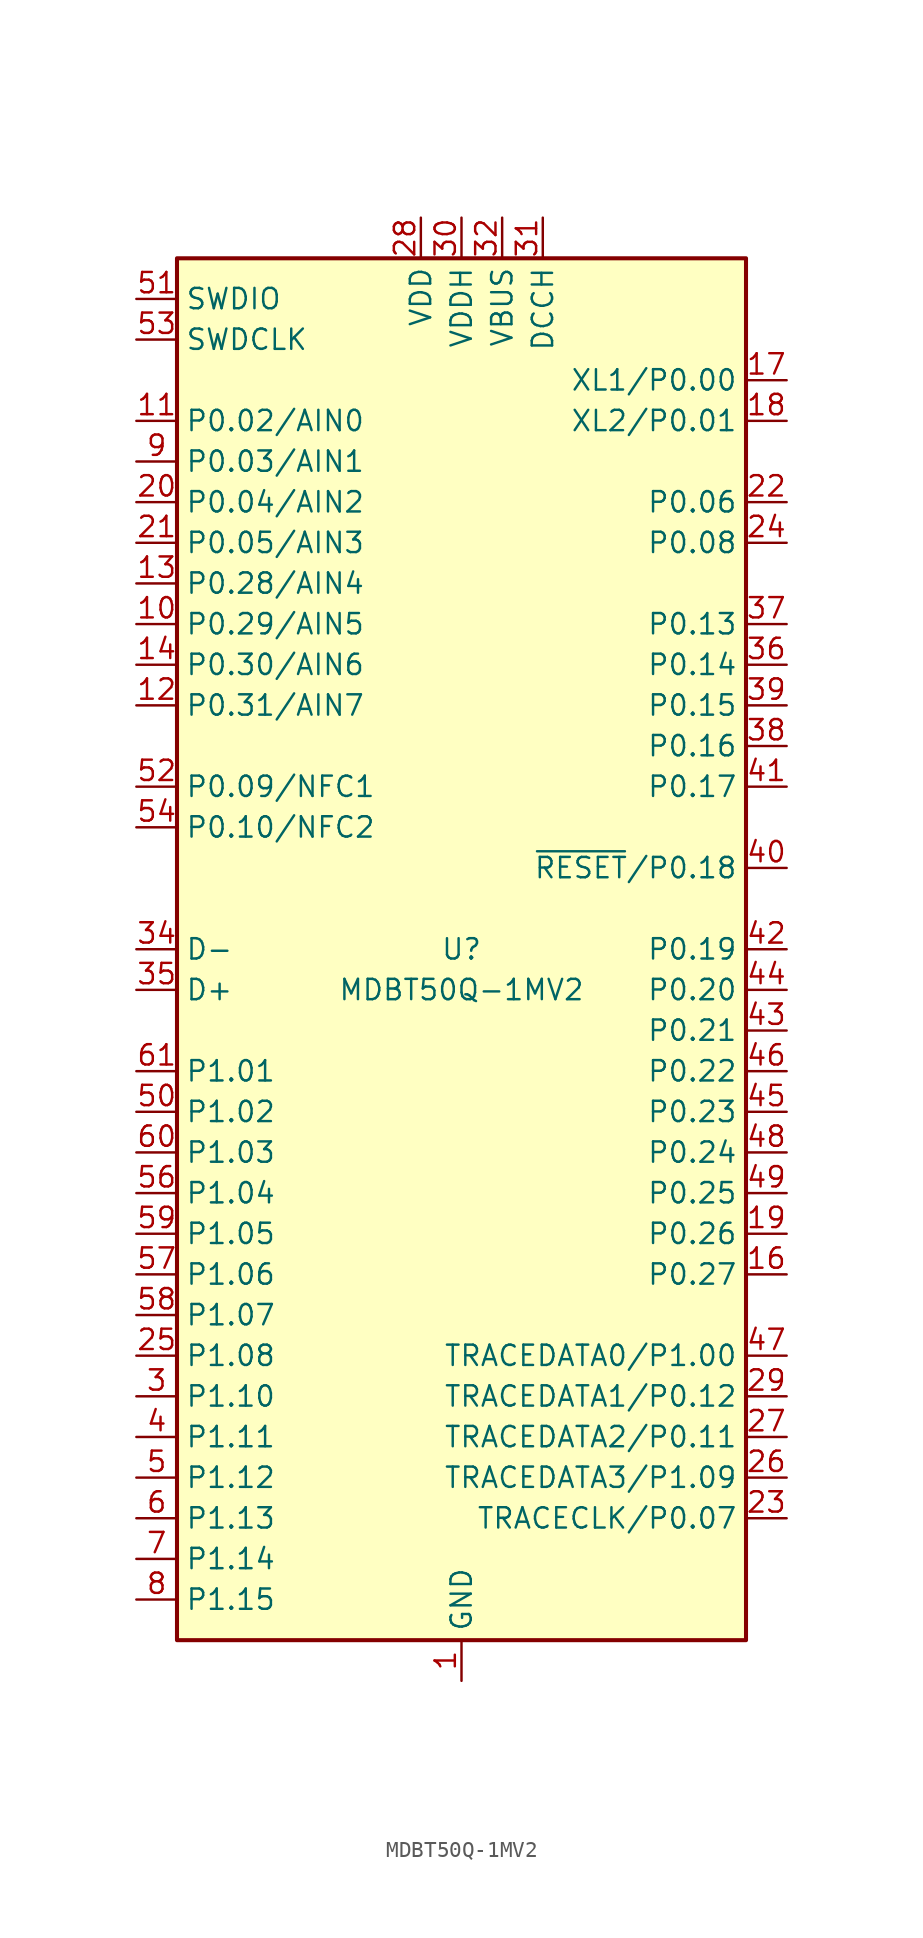
<source format=kicad_sym>
(kicad_symbol_lib
  (version 20201005)
  (generator kicad_symbol_editor)
  (symbol "RF_Module:MDBT50Q-1MV2"
    (property "Reference" "U"
      (at 0 0 0)
      (effects (font (size 1.27 1.27))))
    (property "Value" "MDBT50Q-1MV2"
      (at 0 -2.54 0)
      (effects (font (size 1.27 1.27))))
    (symbol "MDBT50Q-1MV2_0_1"
      (rectangle (start -17.78 43.18) (end 17.78 -43.18) (stroke (width 0.254)) (fill (type background))))
    (symbol "MDBT50Q-1MV2_1_1"
      (pin power_in line (at 0 -45.72 90) (length 2.54) (name "GND" (effects (font (size 1.27 1.27)))) (number "1" (effects (font (size 1.27 1.27)))))
      (pin bidirectional line (at -20.32 20.32 0) (length 2.54) (name "P0.29/AIN5" (effects (font (size 1.27 1.27)))) (number "10" (effects (font (size 1.27 1.27)))))
      (pin bidirectional line (at -20.32 33.02 0) (length 2.54) (name "P0.02/AIN0" (effects (font (size 1.27 1.27)))) (number "11" (effects (font (size 1.27 1.27)))))
      (pin bidirectional line (at -20.32 15.24 0) (length 2.54) (name "P0.31/AIN7" (effects (font (size 1.27 1.27)))) (number "12" (effects (font (size 1.27 1.27)))))
      (pin bidirectional line (at -20.32 22.86 0) (length 2.54) (name "P0.28/AIN4" (effects (font (size 1.27 1.27)))) (number "13" (effects (font (size 1.27 1.27)))))
      (pin bidirectional line (at -20.32 17.78 0) (length 2.54) (name "P0.30/AIN6" (effects (font (size 1.27 1.27)))) (number "14" (effects (font (size 1.27 1.27)))))
      (pin passive line (at 0 -45.72 90) (length 2.54) hide (name "GND" (effects (font (size 1.27 1.27)))) (number "15" (effects (font (size 1.27 1.27)))))
      (pin bidirectional line (at 20.32 -20.32 180) (length 2.54) (name "P0.27" (effects (font (size 1.27 1.27)))) (number "16" (effects (font (size 1.27 1.27)))))
      (pin bidirectional line (at 20.32 35.56 180) (length 2.54) (name "XL1/P0.00" (effects (font (size 1.27 1.27)))) (number "17" (effects (font (size 1.27 1.27)))))
      (pin bidirectional line (at 20.32 33.02 180) (length 2.54) (name "XL2/P0.01" (effects (font (size 1.27 1.27)))) (number "18" (effects (font (size 1.27 1.27)))))
      (pin bidirectional line (at 20.32 -17.78 180) (length 2.54) (name "P0.26" (effects (font (size 1.27 1.27)))) (number "19" (effects (font (size 1.27 1.27)))))
      (pin passive line (at 0 -45.72 90) (length 2.54) hide (name "GND" (effects (font (size 1.27 1.27)))) (number "2" (effects (font (size 1.27 1.27)))))
      (pin bidirectional line (at -20.32 27.94 0) (length 2.54) (name "P0.04/AIN2" (effects (font (size 1.27 1.27)))) (number "20" (effects (font (size 1.27 1.27)))))
      (pin bidirectional line (at -20.32 25.4 0) (length 2.54) (name "P0.05/AIN3" (effects (font (size 1.27 1.27)))) (number "21" (effects (font (size 1.27 1.27)))))
      (pin bidirectional line (at 20.32 27.94 180) (length 2.54) (name "P0.06" (effects (font (size 1.27 1.27)))) (number "22" (effects (font (size 1.27 1.27)))))
      (pin bidirectional line (at 20.32 -35.56 180) (length 2.54) (name "TRACECLK/P0.07" (effects (font (size 1.27 1.27)))) (number "23" (effects (font (size 1.27 1.27)))))
      (pin bidirectional line (at 20.32 25.4 180) (length 2.54) (name "P0.08" (effects (font (size 1.27 1.27)))) (number "24" (effects (font (size 1.27 1.27)))))
      (pin bidirectional line (at -20.32 -25.4 0) (length 2.54) (name "P1.08" (effects (font (size 1.27 1.27)))) (number "25" (effects (font (size 1.27 1.27)))))
      (pin bidirectional line (at 20.32 -33.02 180) (length 2.54) (name "TRACEDATA3/P1.09" (effects (font (size 1.27 1.27)))) (number "26" (effects (font (size 1.27 1.27)))))
      (pin bidirectional line (at 20.32 -30.48 180) (length 2.54) (name "TRACEDATA2/P0.11" (effects (font (size 1.27 1.27)))) (number "27" (effects (font (size 1.27 1.27)))))
      (pin power_in line (at -2.54 45.72 270) (length 2.54) (name "VDD" (effects (font (size 1.27 1.27)))) (number "28" (effects (font (size 1.27 1.27)))))
      (pin bidirectional line (at 20.32 -27.94 180) (length 2.54) (name "TRACEDATA1/P0.12" (effects (font (size 1.27 1.27)))) (number "29" (effects (font (size 1.27 1.27)))))
      (pin bidirectional line (at -20.32 -27.94 0) (length 2.54) (name "P1.10" (effects (font (size 1.27 1.27)))) (number "3" (effects (font (size 1.27 1.27)))))
      (pin power_in line (at 0 45.72 270) (length 2.54) (name "VDDH" (effects (font (size 1.27 1.27)))) (number "30" (effects (font (size 1.27 1.27)))))
      (pin power_out line (at 5.08 45.72 270) (length 2.54) (name "DCCH" (effects (font (size 1.27 1.27)))) (number "31" (effects (font (size 1.27 1.27)))))
      (pin power_in line (at 2.54 45.72 270) (length 2.54) (name "VBUS" (effects (font (size 1.27 1.27)))) (number "32" (effects (font (size 1.27 1.27)))))
      (pin passive line (at 0 -45.72 90) (length 2.54) hide (name "GND" (effects (font (size 1.27 1.27)))) (number "33" (effects (font (size 1.27 1.27)))))
      (pin bidirectional line (at -20.32 0 0) (length 2.54) (name "D-" (effects (font (size 1.27 1.27)))) (number "34" (effects (font (size 1.27 1.27)))))
      (pin bidirectional line (at -20.32 -2.54 0) (length 2.54) (name "D+" (effects (font (size 1.27 1.27)))) (number "35" (effects (font (size 1.27 1.27)))))
      (pin bidirectional line (at 20.32 17.78 180) (length 2.54) (name "P0.14" (effects (font (size 1.27 1.27)))) (number "36" (effects (font (size 1.27 1.27)))))
      (pin bidirectional line (at 20.32 20.32 180) (length 2.54) (name "P0.13" (effects (font (size 1.27 1.27)))) (number "37" (effects (font (size 1.27 1.27)))))
      (pin bidirectional line (at 20.32 12.7 180) (length 2.54) (name "P0.16" (effects (font (size 1.27 1.27)))) (number "38" (effects (font (size 1.27 1.27)))))
      (pin bidirectional line (at 20.32 15.24 180) (length 2.54) (name "P0.15" (effects (font (size 1.27 1.27)))) (number "39" (effects (font (size 1.27 1.27)))))
      (pin bidirectional line (at -20.32 -30.48 0) (length 2.54) (name "P1.11" (effects (font (size 1.27 1.27)))) (number "4" (effects (font (size 1.27 1.27)))))
      (pin bidirectional line (at 20.32 5.08 180) (length 2.54) (name "~RESET~/P0.18" (effects (font (size 1.27 1.27)))) (number "40" (effects (font (size 1.27 1.27)))))
      (pin bidirectional line (at 20.32 10.16 180) (length 2.54) (name "P0.17" (effects (font (size 1.27 1.27)))) (number "41" (effects (font (size 1.27 1.27)))))
      (pin bidirectional line (at 20.32 0 180) (length 2.54) (name "P0.19" (effects (font (size 1.27 1.27)))) (number "42" (effects (font (size 1.27 1.27)))))
      (pin bidirectional line (at 20.32 -5.08 180) (length 2.54) (name "P0.21" (effects (font (size 1.27 1.27)))) (number "43" (effects (font (size 1.27 1.27)))))
      (pin bidirectional line (at 20.32 -2.54 180) (length 2.54) (name "P0.20" (effects (font (size 1.27 1.27)))) (number "44" (effects (font (size 1.27 1.27)))))
      (pin bidirectional line (at 20.32 -10.16 180) (length 2.54) (name "P0.23" (effects (font (size 1.27 1.27)))) (number "45" (effects (font (size 1.27 1.27)))))
      (pin bidirectional line (at 20.32 -7.62 180) (length 2.54) (name "P0.22" (effects (font (size 1.27 1.27)))) (number "46" (effects (font (size 1.27 1.27)))))
      (pin bidirectional line (at 20.32 -25.4 180) (length 2.54) (name "TRACEDATA0/P1.00" (effects (font (size 1.27 1.27)))) (number "47" (effects (font (size 1.27 1.27)))))
      (pin bidirectional line (at 20.32 -12.7 180) (length 2.54) (name "P0.24" (effects (font (size 1.27 1.27)))) (number "48" (effects (font (size 1.27 1.27)))))
      (pin bidirectional line (at 20.32 -15.24 180) (length 2.54) (name "P0.25" (effects (font (size 1.27 1.27)))) (number "49" (effects (font (size 1.27 1.27)))))
      (pin bidirectional line (at -20.32 -33.02 0) (length 2.54) (name "P1.12" (effects (font (size 1.27 1.27)))) (number "5" (effects (font (size 1.27 1.27)))))
      (pin bidirectional line (at -20.32 -10.16 0) (length 2.54) (name "P1.02" (effects (font (size 1.27 1.27)))) (number "50" (effects (font (size 1.27 1.27)))))
      (pin bidirectional line (at -20.32 40.64 0) (length 2.54) (name "SWDIO" (effects (font (size 1.27 1.27)))) (number "51" (effects (font (size 1.27 1.27)))))
      (pin bidirectional line (at -20.32 10.16 0) (length 2.54) (name "P0.09/NFC1" (effects (font (size 1.27 1.27)))) (number "52" (effects (font (size 1.27 1.27)))))
      (pin input line (at -20.32 38.1 0) (length 2.54) (name "SWDCLK" (effects (font (size 1.27 1.27)))) (number "53" (effects (font (size 1.27 1.27)))))
      (pin bidirectional line (at -20.32 7.62 0) (length 2.54) (name "P0.10/NFC2" (effects (font (size 1.27 1.27)))) (number "54" (effects (font (size 1.27 1.27)))))
      (pin passive line (at 0 -45.72 90) (length 2.54) hide (name "GND" (effects (font (size 1.27 1.27)))) (number "55" (effects (font (size 1.27 1.27)))))
      (pin bidirectional line (at -20.32 -15.24 0) (length 2.54) (name "P1.04" (effects (font (size 1.27 1.27)))) (number "56" (effects (font (size 1.27 1.27)))))
      (pin bidirectional line (at -20.32 -20.32 0) (length 2.54) (name "P1.06" (effects (font (size 1.27 1.27)))) (number "57" (effects (font (size 1.27 1.27)))))
      (pin bidirectional line (at -20.32 -22.86 0) (length 2.54) (name "P1.07" (effects (font (size 1.27 1.27)))) (number "58" (effects (font (size 1.27 1.27)))))
      (pin bidirectional line (at -20.32 -17.78 0) (length 2.54) (name "P1.05" (effects (font (size 1.27 1.27)))) (number "59" (effects (font (size 1.27 1.27)))))
      (pin bidirectional line (at -20.32 -35.56 0) (length 2.54) (name "P1.13" (effects (font (size 1.27 1.27)))) (number "6" (effects (font (size 1.27 1.27)))))
      (pin bidirectional line (at -20.32 -12.7 0) (length 2.54) (name "P1.03" (effects (font (size 1.27 1.27)))) (number "60" (effects (font (size 1.27 1.27)))))
      (pin bidirectional line (at -20.32 -7.62 0) (length 2.54) (name "P1.01" (effects (font (size 1.27 1.27)))) (number "61" (effects (font (size 1.27 1.27)))))
      (pin bidirectional line (at -20.32 -38.1 0) (length 2.54) (name "P1.14" (effects (font (size 1.27 1.27)))) (number "7" (effects (font (size 1.27 1.27)))))
      (pin bidirectional line (at -20.32 -40.64 0) (length 2.54) (name "P1.15" (effects (font (size 1.27 1.27)))) (number "8" (effects (font (size 1.27 1.27)))))
      (pin bidirectional line (at -20.32 30.48 0) (length 2.54) (name "P0.03/AIN1" (effects (font (size 1.27 1.27)))) (number "9" (effects (font (size 1.27 1.27))))))))
</source>
